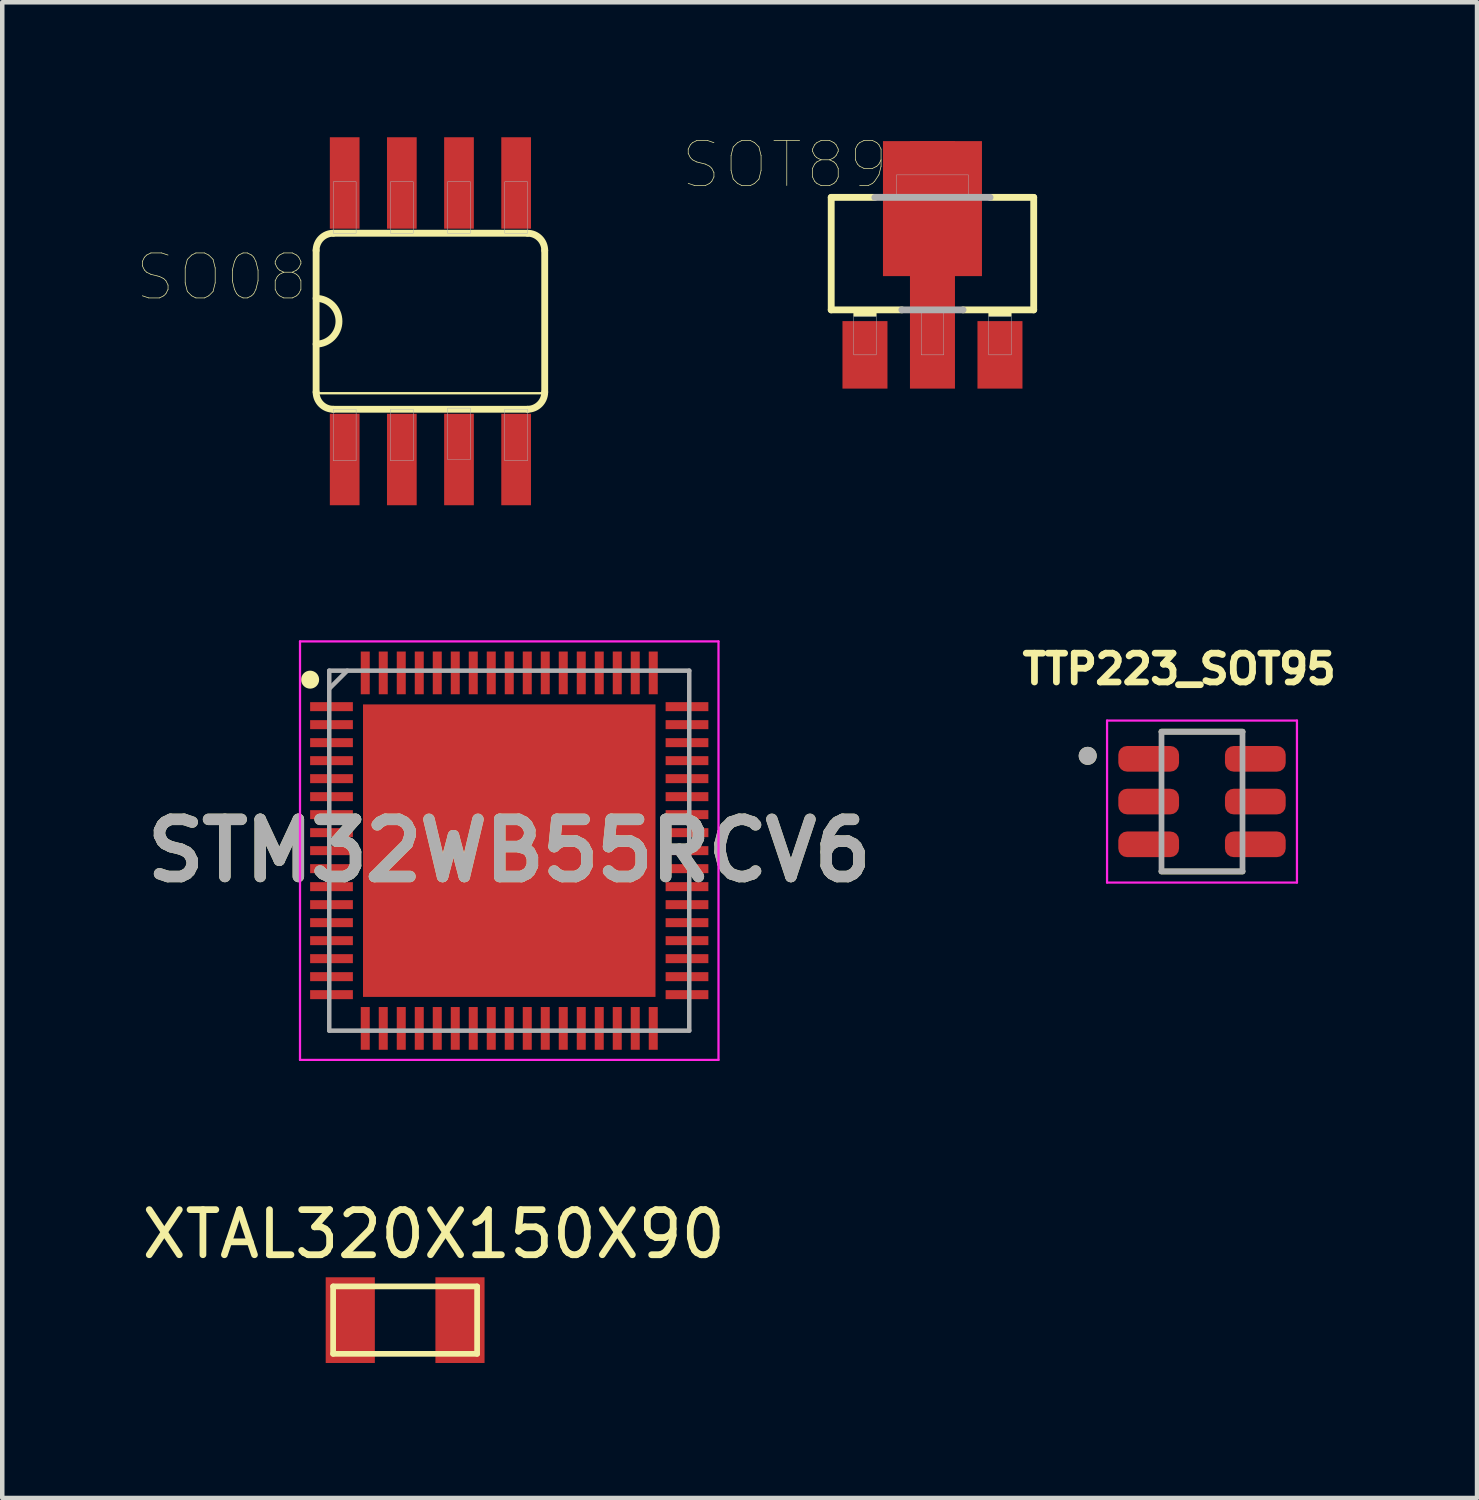
<source format=kicad_pcb>
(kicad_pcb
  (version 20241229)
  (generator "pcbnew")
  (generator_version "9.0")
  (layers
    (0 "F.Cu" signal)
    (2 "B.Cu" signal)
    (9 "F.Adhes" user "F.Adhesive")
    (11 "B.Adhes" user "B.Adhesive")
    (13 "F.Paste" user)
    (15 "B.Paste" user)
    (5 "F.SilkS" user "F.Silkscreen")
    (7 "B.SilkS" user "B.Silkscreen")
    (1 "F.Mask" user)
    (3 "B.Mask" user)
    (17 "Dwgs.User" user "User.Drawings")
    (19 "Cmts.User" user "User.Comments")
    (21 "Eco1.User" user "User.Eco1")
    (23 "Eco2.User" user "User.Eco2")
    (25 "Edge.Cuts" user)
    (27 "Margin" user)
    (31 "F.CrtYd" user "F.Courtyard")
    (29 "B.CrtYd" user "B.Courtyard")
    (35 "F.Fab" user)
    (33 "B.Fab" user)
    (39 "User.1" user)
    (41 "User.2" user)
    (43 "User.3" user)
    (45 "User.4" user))
  (footprint "SO08"
    (layer "F.Cu")
    (at 6.515 4.089)
    (property "Reference" "SO08" (at -4.64 -0.98 180) (layer "F.SilkS") (effects (font (size 1 1) (thickness 0.015))))
    (attr through_hole)
    (fp_line (start -2.54 -1.575) (end -2.54 1.575) (stroke (width 0.152) (type solid)) (layer "F.SilkS"))
    (fp_line (start -2.54 1.6) (end 2.54 1.6) (stroke (width 0.051) (type solid)) (layer "F.SilkS"))
    (fp_line (start -2.159 1.956) (end 2.159 1.956) (stroke (width 0.152) (type solid)) (layer "F.SilkS"))
    (fp_line (start 2.159 -1.956) (end -2.159 -1.956) (stroke (width 0.152) (type solid)) (layer "F.SilkS"))
    (fp_line (start 2.54 1.575) (end 2.54 -1.575) (stroke (width 0.152) (type solid)) (layer "F.SilkS"))
    (fp_arc (start -2.54 -1.5748) (mid -2.428408 -1.844208) (end -2.159 -1.9558) (stroke (width 0.1524) (type solid)) (layer "F.SilkS"))
    (fp_arc (start -2.54 -0.508) (mid -2.032 0) (end -2.54 0.508) (stroke (width 0.1524) (type solid)) (layer "F.SilkS"))
    (fp_arc (start -2.159 1.9558) (mid -2.428408 1.844208) (end -2.54 1.5748) (stroke (width 0.1524) (type solid)) (layer "F.SilkS"))
    (fp_arc (start 2.159 -1.9558) (mid 2.428408 -1.844208) (end 2.54 -1.5748) (stroke (width 0.1524) (type solid)) (layer "F.SilkS"))
    (fp_arc (start 2.54 1.5748) (mid 2.428408 1.844208) (end 2.159 1.9558) (stroke (width 0.1524) (type solid)) (layer "F.SilkS"))
    (fp_poly (pts (xy -2.159 -3.099) (xy -1.651 -3.099) (xy -1.651 -1.956) (xy -2.159 -1.956)) (stroke (width 0.01) (type solid)) (fill no) (layer "F.Fab"))
    (fp_poly (pts (xy -2.159 1.956) (xy -1.651 1.956) (xy -1.651 3.099) (xy -2.159 3.099)) (stroke (width 0.01) (type solid)) (fill no) (layer "F.Fab"))
    (fp_poly (pts (xy -0.889 -3.099) (xy -0.381 -3.099) (xy -0.381 -1.956) (xy -0.889 -1.956)) (stroke (width 0.01) (type solid)) (fill no) (layer "F.Fab"))
    (fp_poly (pts (xy -0.889 1.956) (xy -0.381 1.956) (xy -0.381 3.099) (xy -0.889 3.099)) (stroke (width 0.01) (type solid)) (fill no) (layer "F.Fab"))
    (fp_poly (pts (xy 0.381 -3.099) (xy 0.889 -3.099) (xy 0.889 -1.956) (xy 0.381 -1.956)) (stroke (width 0.01) (type solid)) (fill no) (layer "F.Fab"))
    (fp_poly (pts (xy 0.381 1.93) (xy 0.889 1.93) (xy 0.889 3.073) (xy 0.381 3.073)) (stroke (width 0.01) (type solid)) (fill no) (layer "F.Fab"))
    (fp_poly (pts (xy 1.651 -3.099) (xy 2.159 -3.099) (xy 2.159 -1.956) (xy 1.651 -1.956)) (stroke (width 0.01) (type solid)) (fill no) (layer "F.Fab"))
    (fp_poly (pts (xy 1.651 1.956) (xy 2.159 1.956) (xy 2.159 3.099) (xy 1.651 3.099)) (stroke (width 0.01) (type solid)) (fill no) (layer "F.Fab"))
    (pad "1" smd rect (at -1.905 3.073) (size 0.66 2.032) (layers "F.Cu" "F.Mask" "F.Paste"))
    (pad "2" smd rect (at -0.635 3.073) (size 0.66 2.032) (layers "F.Cu" "F.Mask" "F.Paste"))
    (pad "3" smd rect (at 0.635 3.073) (size 0.66 2.032) (layers "F.Cu" "F.Mask" "F.Paste"))
    (pad "4" smd rect (at 1.905 3.073) (size 0.66 2.032) (layers "F.Cu" "F.Mask" "F.Paste"))
    (pad "5" smd rect (at 1.905 -3.073) (size 0.66 2.032) (layers "F.Cu" "F.Mask" "F.Paste"))
    (pad "6" smd rect (at 0.635 -3.073) (size 0.66 2.032) (layers "F.Cu" "F.Mask" "F.Paste"))
    (pad "7" smd rect (at -0.635 -3.073) (size 0.66 2.032) (layers "F.Cu" "F.Mask" "F.Paste"))
    (pad "8" smd rect (at -1.905 -3.073) (size 0.66 2.032) (layers "F.Cu" "F.Mask" "F.Paste")))
  (footprint "STM32WB55RCV6"
    (layer "F.Cu")
    (at 8.267 15.854)
    (property "Reference" "STM32WB55RCV6" (at 0 0 0) (layer "F.SilkS") (effects (font (size 1.27 1.27) (thickness 0.254))))
    (attr smd)
    (fp_circle (center -4.425 -3.8) (end -4.425 -3.7) (stroke (width 0.2) (type solid)) (fill no) (layer "F.SilkS"))
    (fp_line (start -4.65 -4.65) (end 4.65 -4.65) (stroke (width 0.05) (type solid)) (layer "F.CrtYd"))
    (fp_line (start -4.65 4.65) (end -4.65 -4.65) (stroke (width 0.05) (type solid)) (layer "F.CrtYd"))
    (fp_line (start 4.65 -4.65) (end 4.65 4.65) (stroke (width 0.05) (type solid)) (layer "F.CrtYd"))
    (fp_line (start 4.65 4.65) (end -4.65 4.65) (stroke (width 0.05) (type solid)) (layer "F.CrtYd"))
    (fp_line (start -4 -4) (end 4 -4) (stroke (width 0.1) (type solid)) (layer "F.Fab"))
    (fp_line (start -4 -3.6) (end -3.6 -4) (stroke (width 0.1) (type solid)) (layer "F.Fab"))
    (fp_line (start -4 4) (end -4 -4) (stroke (width 0.1) (type solid)) (layer "F.Fab"))
    (fp_line (start 4 -4) (end 4 4) (stroke (width 0.1) (type solid)) (layer "F.Fab"))
    (fp_line (start 4 4) (end -4 4) (stroke (width 0.1) (type solid)) (layer "F.Fab"))
    (fp_text user "${REFERENCE}" (at 0 0 0) (layer "F.Fab") (effects (font (size 1.27 1.27) (thickness 0.254))))
    (pad "1" smd rect (at -3.95 -3.2 90) (size 0.2 0.95) (layers "F.Cu" "F.Mask" "F.Paste"))
    (pad "2" smd rect (at -3.95 -2.8 90) (size 0.2 0.95) (layers "F.Cu" "F.Mask" "F.Paste"))
    (pad "3" smd rect (at -3.95 -2.4 90) (size 0.2 0.95) (layers "F.Cu" "F.Mask" "F.Paste"))
    (pad "4" smd rect (at -3.95 -2 90) (size 0.2 0.95) (layers "F.Cu" "F.Mask" "F.Paste"))
    (pad "5" smd rect (at -3.95 -1.6 90) (size 0.2 0.95) (layers "F.Cu" "F.Mask" "F.Paste"))
    (pad "6" smd rect (at -3.95 -1.2 90) (size 0.2 0.95) (layers "F.Cu" "F.Mask" "F.Paste"))
    (pad "7" smd rect (at -3.95 -0.8 90) (size 0.2 0.95) (layers "F.Cu" "F.Mask" "F.Paste"))
    (pad "8" smd rect (at -3.95 -0.4 90) (size 0.2 0.95) (layers "F.Cu" "F.Mask" "F.Paste"))
    (pad "9" smd rect (at -3.95 0 90) (size 0.2 0.95) (layers "F.Cu" "F.Mask" "F.Paste"))
    (pad "10" smd rect (at -3.95 0.4 90) (size 0.2 0.95) (layers "F.Cu" "F.Mask" "F.Paste"))
    (pad "11" smd rect (at -3.95 0.8 90) (size 0.2 0.95) (layers "F.Cu" "F.Mask" "F.Paste"))
    (pad "12" smd rect (at -3.95 1.2 90) (size 0.2 0.95) (layers "F.Cu" "F.Mask" "F.Paste"))
    (pad "13" smd rect (at -3.95 1.6 90) (size 0.2 0.95) (layers "F.Cu" "F.Mask" "F.Paste"))
    (pad "14" smd rect (at -3.95 2 90) (size 0.2 0.95) (layers "F.Cu" "F.Mask" "F.Paste"))
    (pad "15" smd rect (at -3.95 2.4 90) (size 0.2 0.95) (layers "F.Cu" "F.Mask" "F.Paste"))
    (pad "16" smd rect (at -3.95 2.8 90) (size 0.2 0.95) (layers "F.Cu" "F.Mask" "F.Paste"))
    (pad "17" smd rect (at -3.95 3.2 90) (size 0.2 0.95) (layers "F.Cu" "F.Mask" "F.Paste"))
    (pad "18" smd rect (at -3.2 3.95) (size 0.2 0.95) (layers "F.Cu" "F.Mask" "F.Paste"))
    (pad "19" smd rect (at -2.8 3.95) (size 0.2 0.95) (layers "F.Cu" "F.Mask" "F.Paste"))
    (pad "20" smd rect (at -2.4 3.95) (size 0.2 0.95) (layers "F.Cu" "F.Mask" "F.Paste"))
    (pad "21" smd rect (at -2 3.95) (size 0.2 0.95) (layers "F.Cu" "F.Mask" "F.Paste"))
    (pad "22" smd rect (at -1.6 3.95) (size 0.2 0.95) (layers "F.Cu" "F.Mask" "F.Paste"))
    (pad "23" smd rect (at -1.2 3.95) (size 0.2 0.95) (layers "F.Cu" "F.Mask" "F.Paste"))
    (pad "24" smd rect (at -0.8 3.95) (size 0.2 0.95) (layers "F.Cu" "F.Mask" "F.Paste"))
    (pad "25" smd rect (at -0.4 3.95) (size 0.2 0.95) (layers "F.Cu" "F.Mask" "F.Paste"))
    (pad "26" smd rect (at 0 3.95) (size 0.2 0.95) (layers "F.Cu" "F.Mask" "F.Paste"))
    (pad "27" smd rect (at 0.4 3.95) (size 0.2 0.95) (layers "F.Cu" "F.Mask" "F.Paste"))
    (pad "28" smd rect (at 0.8 3.95) (size 0.2 0.95) (layers "F.Cu" "F.Mask" "F.Paste"))
    (pad "29" smd rect (at 1.2 3.95) (size 0.2 0.95) (layers "F.Cu" "F.Mask" "F.Paste"))
    (pad "30" smd rect (at 1.6 3.95) (size 0.2 0.95) (layers "F.Cu" "F.Mask" "F.Paste"))
    (pad "31" smd rect (at 2 3.95) (size 0.2 0.95) (layers "F.Cu" "F.Mask" "F.Paste"))
    (pad "32" smd rect (at 2.4 3.95) (size 0.2 0.95) (layers "F.Cu" "F.Mask" "F.Paste"))
    (pad "33" smd rect (at 2.8 3.95) (size 0.2 0.95) (layers "F.Cu" "F.Mask" "F.Paste"))
    (pad "34" smd rect (at 3.2 3.95) (size 0.2 0.95) (layers "F.Cu" "F.Mask" "F.Paste"))
    (pad "35" smd rect (at 3.95 3.2 90) (size 0.2 0.95) (layers "F.Cu" "F.Mask" "F.Paste"))
    (pad "36" smd rect (at 3.95 2.8 90) (size 0.2 0.95) (layers "F.Cu" "F.Mask" "F.Paste"))
    (pad "37" smd rect (at 3.95 2.4 90) (size 0.2 0.95) (layers "F.Cu" "F.Mask" "F.Paste"))
    (pad "38" smd rect (at 3.95 2 90) (size 0.2 0.95) (layers "F.Cu" "F.Mask" "F.Paste"))
    (pad "39" smd rect (at 3.95 1.6 90) (size 0.2 0.95) (layers "F.Cu" "F.Mask" "F.Paste"))
    (pad "40" smd rect (at 3.95 1.2 90) (size 0.2 0.95) (layers "F.Cu" "F.Mask" "F.Paste"))
    (pad "41" smd rect (at 3.95 0.8 90) (size 0.2 0.95) (layers "F.Cu" "F.Mask" "F.Paste"))
    (pad "42" smd rect (at 3.95 0.4 90) (size 0.2 0.95) (layers "F.Cu" "F.Mask" "F.Paste"))
    (pad "43" smd rect (at 3.95 0 90) (size 0.2 0.95) (layers "F.Cu" "F.Mask" "F.Paste"))
    (pad "44" smd rect (at 3.95 -0.4 90) (size 0.2 0.95) (layers "F.Cu" "F.Mask" "F.Paste"))
    (pad "45" smd rect (at 3.95 -0.8 90) (size 0.2 0.95) (layers "F.Cu" "F.Mask" "F.Paste"))
    (pad "46" smd rect (at 3.95 -1.2 90) (size 0.2 0.95) (layers "F.Cu" "F.Mask" "F.Paste"))
    (pad "47" smd rect (at 3.95 -1.6 90) (size 0.2 0.95) (layers "F.Cu" "F.Mask" "F.Paste"))
    (pad "48" smd rect (at 3.95 -2 90) (size 0.2 0.95) (layers "F.Cu" "F.Mask" "F.Paste"))
    (pad "49" smd rect (at 3.95 -2.4 90) (size 0.2 0.95) (layers "F.Cu" "F.Mask" "F.Paste"))
    (pad "50" smd rect (at 3.95 -2.8 90) (size 0.2 0.95) (layers "F.Cu" "F.Mask" "F.Paste"))
    (pad "51" smd rect (at 3.95 -3.2 90) (size 0.2 0.95) (layers "F.Cu" "F.Mask" "F.Paste"))
    (pad "52" smd rect (at 3.2 -3.95) (size 0.2 0.95) (layers "F.Cu" "F.Mask" "F.Paste"))
    (pad "53" smd rect (at 2.8 -3.95) (size 0.2 0.95) (layers "F.Cu" "F.Mask" "F.Paste"))
    (pad "54" smd rect (at 2.4 -3.95) (size 0.2 0.95) (layers "F.Cu" "F.Mask" "F.Paste"))
    (pad "55" smd rect (at 2 -3.95) (size 0.2 0.95) (layers "F.Cu" "F.Mask" "F.Paste"))
    (pad "56" smd rect (at 1.6 -3.95) (size 0.2 0.95) (layers "F.Cu" "F.Mask" "F.Paste"))
    (pad "57" smd rect (at 1.2 -3.95) (size 0.2 0.95) (layers "F.Cu" "F.Mask" "F.Paste"))
    (pad "58" smd rect (at 0.8 -3.95) (size 0.2 0.95) (layers "F.Cu" "F.Mask" "F.Paste"))
    (pad "59" smd rect (at 0.4 -3.95) (size 0.2 0.95) (layers "F.Cu" "F.Mask" "F.Paste"))
    (pad "60" smd rect (at 0 -3.95) (size 0.2 0.95) (layers "F.Cu" "F.Mask" "F.Paste"))
    (pad "61" smd rect (at -0.4 -3.95) (size 0.2 0.95) (layers "F.Cu" "F.Mask" "F.Paste"))
    (pad "62" smd rect (at -0.8 -3.95) (size 0.2 0.95) (layers "F.Cu" "F.Mask" "F.Paste"))
    (pad "63" smd rect (at -1.2 -3.95) (size 0.2 0.95) (layers "F.Cu" "F.Mask" "F.Paste"))
    (pad "64" smd rect (at -1.6 -3.95) (size 0.2 0.95) (layers "F.Cu" "F.Mask" "F.Paste"))
    (pad "65" smd rect (at -2 -3.95) (size 0.2 0.95) (layers "F.Cu" "F.Mask" "F.Paste"))
    (pad "66" smd rect (at -2.4 -3.95) (size 0.2 0.95) (layers "F.Cu" "F.Mask" "F.Paste"))
    (pad "67" smd rect (at -2.8 -3.95) (size 0.2 0.95) (layers "F.Cu" "F.Mask" "F.Paste"))
    (pad "68" smd rect (at -3.2 -3.95) (size 0.2 0.95) (layers "F.Cu" "F.Mask" "F.Paste"))
    (pad "69" smd rect (at 0 0) (size 6.5 6.5) (layers "F.Cu" "F.Mask" "F.Paste")))
  (footprint "XTAL320X150X90"
    (layer "F.Cu")
    (at 5.953 26.287)
    (property "Reference" "XTAL320X150X90" (at 0.636 -1.909 0) (layer "F.SilkS") (effects (font (size 1.002 1.002) (thickness 0.15))))
    (attr through_hole)
    (fp_line (start -1.6 -0.749) (end 1.6 -0.749) (stroke (width 0.127) (type solid)) (layer "F.SilkS"))
    (fp_line (start -1.6 0.749) (end -1.6 -0.749) (stroke (width 0.127) (type solid)) (layer "F.SilkS"))
    (fp_line (start 1.6 -0.749) (end 1.6 0.749) (stroke (width 0.127) (type solid)) (layer "F.SilkS"))
    (fp_line (start 1.6 0.749) (end -1.6 0.749) (stroke (width 0.127) (type solid)) (layer "F.SilkS"))
    (pad "1" smd rect (at -1.219 0) (size 1.092 1.905) (layers "F.Cu" "F.Mask" "F.Paste"))
    (pad "2" smd rect (at 1.219 0) (size 1.092 1.905) (layers "F.Cu" "F.Mask" "F.Paste")))
  (footprint "TTP223_SOT95"
    (layer "F.Cu")
    (at 23.662 14.763)
    (property "Reference" "TTP223_SOT95" (at -0.508 -2.946 0) (layer "F.SilkS") (effects (font (size 0.64 0.64) (thickness 0.15))))
    (attr through_hole)
    (fp_line (start 0.9 -1.555) (end -0.9 -1.555) (stroke (width 0.127) (type solid)) (layer "F.SilkS"))
    (fp_line (start 0.9 1.555) (end -0.9 1.555) (stroke (width 0.127) (type solid)) (layer "F.SilkS"))
    (fp_circle (center -2.54 -1.016) (end -2.44 -1.016) (stroke (width 0.2) (type solid)) (fill no) (layer "F.SilkS"))
    (fp_line (start -2.11 -1.8) (end -2.11 1.8) (stroke (width 0.05) (type solid)) (layer "F.CrtYd"))
    (fp_line (start -2.11 1.8) (end 2.11 1.8) (stroke (width 0.05) (type solid)) (layer "F.CrtYd"))
    (fp_line (start 2.11 -1.8) (end -2.11 -1.8) (stroke (width 0.05) (type solid)) (layer "F.CrtYd"))
    (fp_line (start 2.11 1.8) (end 2.11 -1.8) (stroke (width 0.05) (type solid)) (layer "F.CrtYd"))
    (fp_line (start -0.9 -1.55) (end -0.9 1.55) (stroke (width 0.127) (type solid)) (layer "F.Fab"))
    (fp_line (start -0.9 1.55) (end 0.9 1.55) (stroke (width 0.127) (type solid)) (layer "F.Fab"))
    (fp_line (start 0.9 -1.55) (end -0.9 -1.55) (stroke (width 0.127) (type solid)) (layer "F.Fab"))
    (fp_line (start 0.9 1.55) (end 0.9 -1.55) (stroke (width 0.127) (type solid)) (layer "F.Fab"))
    (fp_circle (center -2.54 -1.016) (end -2.44 -1.016) (stroke (width 0.2) (type solid)) (fill no) (layer "F.Fab"))
    (pad "1" smd roundrect (at -1.185 -0.95) (size 1.35 0.57) (layers "F.Cu" "F.Mask" "F.Paste") (roundrect_rratio 0.34))
    (pad "2" smd roundrect (at -1.185 0) (size 1.35 0.57) (layers "F.Cu" "F.Mask" "F.Paste") (roundrect_rratio 0.34))
    (pad "3" smd roundrect (at -1.185 0.95) (size 1.35 0.57) (layers "F.Cu" "F.Mask" "F.Paste") (roundrect_rratio 0.34))
    (pad "4" smd roundrect (at 1.185 0.95) (size 1.35 0.57) (layers "F.Cu" "F.Mask" "F.Paste") (roundrect_rratio 0.34))
    (pad "5" smd roundrect (at 1.185 0) (size 1.35 0.57) (layers "F.Cu" "F.Mask" "F.Paste") (roundrect_rratio 0.34))
    (pad "6" smd roundrect (at 1.185 -0.95) (size 1.35 0.57) (layers "F.Cu" "F.Mask" "F.Paste") (roundrect_rratio 0.34)))
  (footprint "SOT89"
    (layer "F.Cu")
    (at 17.672 2.836)
    (property "Reference" "SOT89" (at -3.285 -2.225 180) (layer "F.SilkS") (effects (font (size 1 1) (thickness 0.015))))
    (attr through_hole)
    (fp_line (start -2.25 -1.5) (end -1.28 -1.5) (stroke (width 0.152) (type solid)) (layer "F.SilkS"))
    (fp_line (start -2.25 1) (end -2.25 -1.5) (stroke (width 0.152) (type solid)) (layer "F.SilkS"))
    (fp_line (start -2.25 1) (end -0.68 1) (stroke (width 0.152) (type solid)) (layer "F.SilkS"))
    (fp_line (start 0.68 1) (end 2.25 1) (stroke (width 0.152) (type solid)) (layer "F.SilkS"))
    (fp_line (start 1.28 -1.5) (end 2.25 -1.5) (stroke (width 0.152) (type solid)) (layer "F.SilkS"))
    (fp_line (start 2.25 -1.5) (end 2.25 1) (stroke (width 0.152) (type solid)) (layer "F.SilkS"))
    (fp_poly (pts (xy -1.75 1) (xy -1.25 1) (xy -1.25 1.14) (xy -1.75 1.14)) (stroke (width 0.01) (type solid)) (fill yes) (layer "F.SilkS"))
    (fp_poly (pts (xy 1.25 1) (xy 1.75 1) (xy 1.75 1.14) (xy 1.25 1.14)) (stroke (width 0.01) (type solid)) (fill yes) (layer "F.SilkS"))
    (fp_line (start -1.28 -1.5) (end 1.28 -1.5) (stroke (width 0.152) (type solid)) (layer "F.Fab"))
    (fp_line (start -0.68 1) (end 0.68 1) (stroke (width 0.152) (type solid)) (layer "F.Fab"))
    (fp_poly (pts (xy -1.75 1.14) (xy -1.25 1.14) (xy -1.25 2) (xy -1.75 2)) (stroke (width 0.01) (type solid)) (fill no) (layer "F.Fab"))
    (fp_poly (pts (xy -0.8 -2) (xy 0.8 -2) (xy 0.8 -1.5) (xy -0.8 -1.5)) (stroke (width 0.01) (type solid)) (fill no) (layer "F.Fab"))
    (fp_poly (pts (xy -0.25 1) (xy 0.25 1) (xy 0.25 2) (xy -0.25 2)) (stroke (width 0.01) (type solid)) (fill no) (layer "F.Fab"))
    (fp_poly (pts (xy 1.25 1.14) (xy 1.75 1.14) (xy 1.75 2) (xy 1.25 2)) (stroke (width 0.01) (type solid)) (fill no) (layer "F.Fab"))
    (pad "1" smd rect (at -1.5 2) (size 1 1.5) (layers "F.Cu" "F.Mask" "F.Paste"))
    (pad "2" smd rect (at 0 0) (size 1 5.5) (layers "F.Cu" "F.Mask" "F.Paste"))
    (pad "2@1" smd rect (at 0 -1.25) (size 2.2 3) (layers "F.Cu" "F.Mask" "F.Paste"))
    (pad "3" smd rect (at 1.5 2) (size 1 1.5) (layers "F.Cu" "F.Mask" "F.Paste")))
  (gr_rect
    (start -3 -3)
    (end 29.774 30.239)
    (stroke (width 0.1) (type default))
    (fill no)
    (layer "Edge.Cuts")))
</source>
